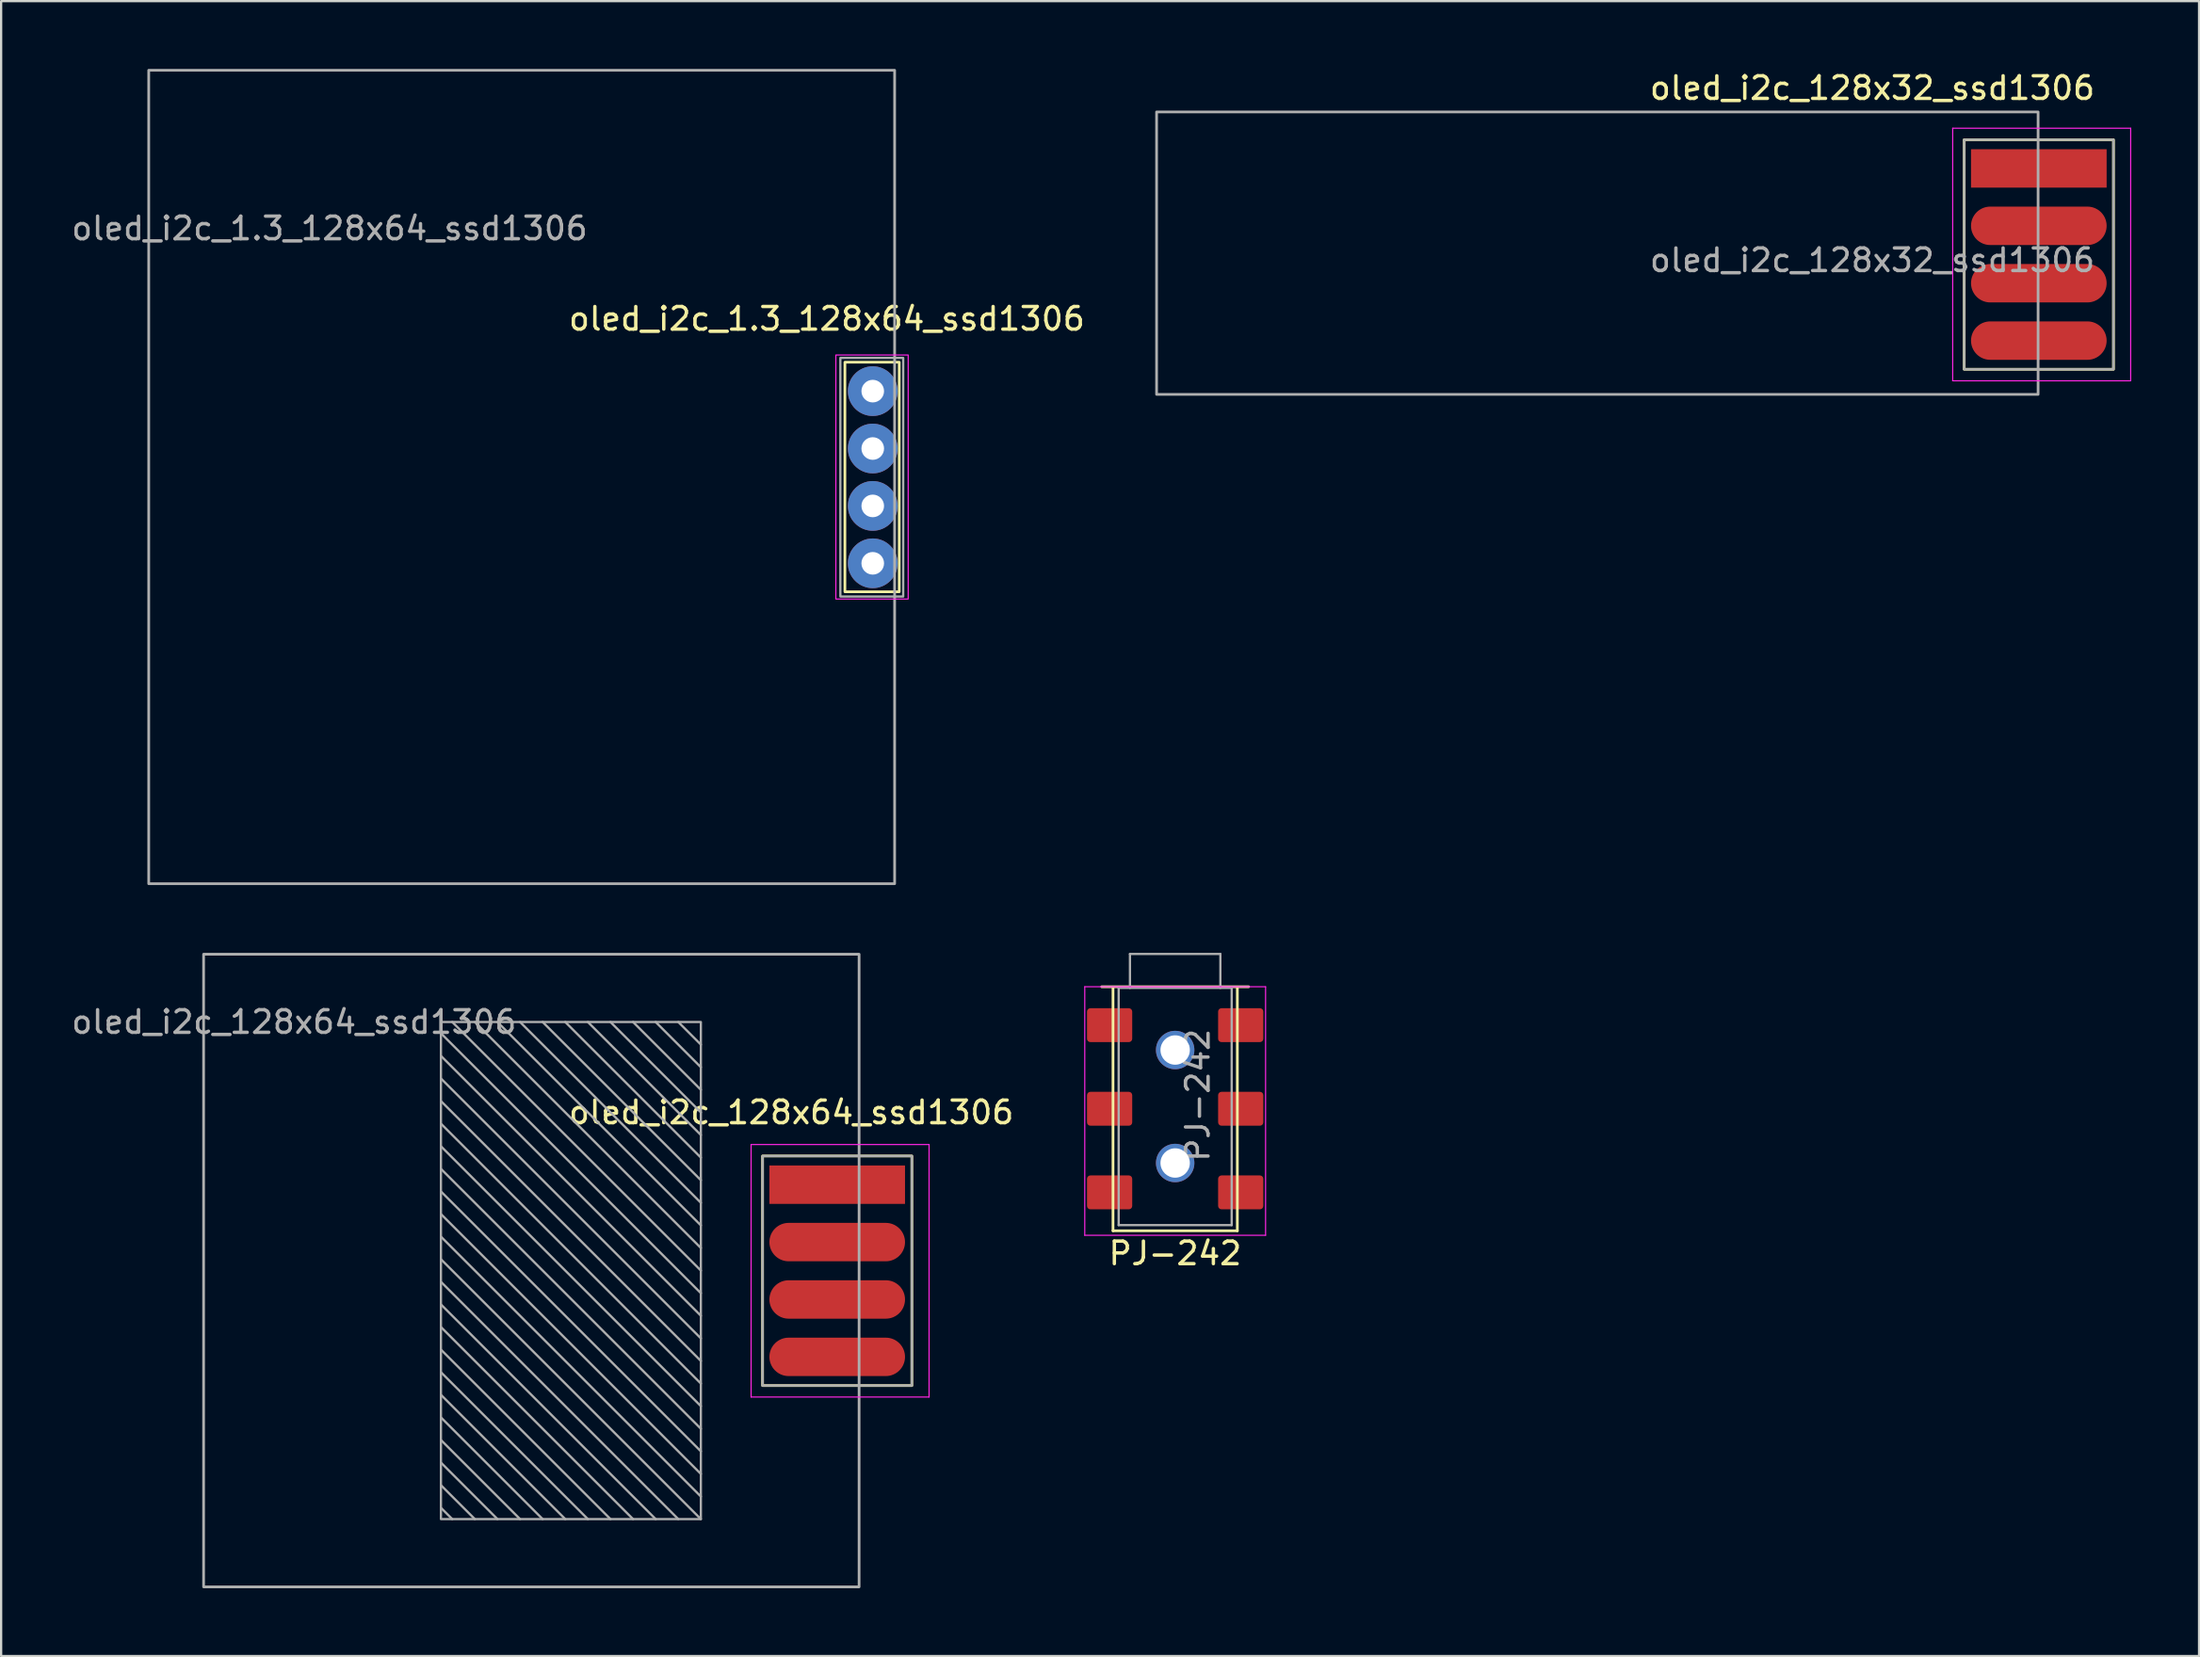
<source format=kicad_pcb>
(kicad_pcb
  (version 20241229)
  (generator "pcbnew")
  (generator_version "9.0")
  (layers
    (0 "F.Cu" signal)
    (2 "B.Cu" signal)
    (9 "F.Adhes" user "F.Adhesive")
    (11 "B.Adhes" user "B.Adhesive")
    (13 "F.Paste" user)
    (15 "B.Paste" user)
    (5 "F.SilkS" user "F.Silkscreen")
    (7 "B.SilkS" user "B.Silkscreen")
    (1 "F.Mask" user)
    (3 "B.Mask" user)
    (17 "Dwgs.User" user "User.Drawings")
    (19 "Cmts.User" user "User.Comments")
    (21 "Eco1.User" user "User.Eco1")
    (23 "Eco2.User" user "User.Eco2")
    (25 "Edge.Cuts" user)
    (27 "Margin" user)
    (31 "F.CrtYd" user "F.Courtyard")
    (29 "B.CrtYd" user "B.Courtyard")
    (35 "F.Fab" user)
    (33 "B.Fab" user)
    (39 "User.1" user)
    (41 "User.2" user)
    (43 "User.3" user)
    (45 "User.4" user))
  (footprint "oled_i2c_128x64_ssd1306"
    (layer "F.Cu")
    (at 33.958 53.18)
    (property "Reference" "oled_i2c_128x64_ssd1306" (at -2 -7 0) (layer "F.SilkS") (effects (font (size 1 1) (thickness 0.15))))
    (attr through_hole)
    (fp_rect (start -3.27 -5.07) (end 3.334 5.09) (stroke (width 0.12) (type solid)) (fill no) (layer "F.SilkS"))
    (fp_line (start -3.778 -5.578) (end 4.096 -5.578) (stroke (width 0.05) (type solid)) (layer "F.CrtYd"))
    (fp_line (start -3.778 5.598) (end -3.778 -5.578) (stroke (width 0.05) (type solid)) (layer "F.CrtYd"))
    (fp_line (start 4.096 -5.578) (end 4.096 5.598) (stroke (width 0.05) (type solid)) (layer "F.CrtYd"))
    (fp_line (start 4.096 5.598) (end -3.778 5.598) (stroke (width 0.05) (type solid)) (layer "F.CrtYd"))
    (fp_line (start -17.5 -10.5) (end -6 1) (stroke (width 0.1) (type solid)) (layer "F.Fab"))
    (fp_line (start -17.5 -9.5) (end -6 2) (stroke (width 0.1) (type solid)) (layer "F.Fab"))
    (fp_line (start -17.5 -8.5) (end -6 3) (stroke (width 0.1) (type solid)) (layer "F.Fab"))
    (fp_line (start -17.5 -7.5) (end -6 4) (stroke (width 0.1) (type solid)) (layer "F.Fab"))
    (fp_line (start -17.5 -6.5) (end -6 5) (stroke (width 0.1) (type solid)) (layer "F.Fab"))
    (fp_line (start -17.5 -5.5) (end -6 6) (stroke (width 0.1) (type solid)) (layer "F.Fab"))
    (fp_line (start -17.5 -4.5) (end -6 7) (stroke (width 0.1) (type solid)) (layer "F.Fab"))
    (fp_line (start -17.5 -3.5) (end -6 8) (stroke (width 0.1) (type solid)) (layer "F.Fab"))
    (fp_line (start -17.5 -2.5) (end -6 9) (stroke (width 0.1) (type solid)) (layer "F.Fab"))
    (fp_line (start -17.5 -1.5) (end -6 10) (stroke (width 0.1) (type solid)) (layer "F.Fab"))
    (fp_line (start -17.5 -0.5) (end -6 11) (stroke (width 0.1) (type solid)) (layer "F.Fab"))
    (fp_line (start -17.5 0.5) (end -7 11) (stroke (width 0.1) (type solid)) (layer "F.Fab"))
    (fp_line (start -17.5 1.5) (end -8 11) (stroke (width 0.1) (type solid)) (layer "F.Fab"))
    (fp_line (start -17.5 2.5) (end -9 11) (stroke (width 0.1) (type solid)) (layer "F.Fab"))
    (fp_line (start -17.5 3.5) (end -10 11) (stroke (width 0.1) (type solid)) (layer "F.Fab"))
    (fp_line (start -17.5 4.5) (end -11 11) (stroke (width 0.1) (type solid)) (layer "F.Fab"))
    (fp_line (start -17.5 5.5) (end -12 11) (stroke (width 0.1) (type solid)) (layer "F.Fab"))
    (fp_line (start -17.5 6.5) (end -13 11) (stroke (width 0.1) (type solid)) (layer "F.Fab"))
    (fp_line (start -17.5 7.5) (end -14 11) (stroke (width 0.1) (type solid)) (layer "F.Fab"))
    (fp_line (start -17.5 8.5) (end -15 11) (stroke (width 0.1) (type solid)) (layer "F.Fab"))
    (fp_line (start -17.5 9.5) (end -16 11) (stroke (width 0.1) (type solid)) (layer "F.Fab"))
    (fp_line (start -17.5 10.5) (end -17 11) (stroke (width 0.1) (type solid)) (layer "F.Fab"))
    (fp_line (start -17 -11) (end -6 0) (stroke (width 0.1) (type solid)) (layer "F.Fab"))
    (fp_line (start -16 -11) (end -6 -1) (stroke (width 0.1) (type solid)) (layer "F.Fab"))
    (fp_line (start -15 -11) (end -6 -2) (stroke (width 0.1) (type solid)) (layer "F.Fab"))
    (fp_line (start -14 -11) (end -6 -3) (stroke (width 0.1) (type solid)) (layer "F.Fab"))
    (fp_line (start -13 -11) (end -6 -4) (stroke (width 0.1) (type solid)) (layer "F.Fab"))
    (fp_line (start -12 -11) (end -6 -5) (stroke (width 0.1) (type solid)) (layer "F.Fab"))
    (fp_line (start -11 -11) (end -6 -6) (stroke (width 0.1) (type solid)) (layer "F.Fab"))
    (fp_line (start -10 -11) (end -6 -7) (stroke (width 0.1) (type solid)) (layer "F.Fab"))
    (fp_line (start -9 -11) (end -6 -8) (stroke (width 0.1) (type solid)) (layer "F.Fab"))
    (fp_line (start -8 -11) (end -6 -9) (stroke (width 0.1) (type solid)) (layer "F.Fab"))
    (fp_line (start -7 -11) (end -6 -10) (stroke (width 0.1) (type solid)) (layer "F.Fab"))
    (fp_rect (start -17.5 11) (end -6 -11) (stroke (width 0.1) (type solid)) (fill no) (layer "F.Fab"))
    (fp_rect (start -3.27 -5.07) (end 3.334 5.09) (stroke (width 0.1) (type solid)) (fill no) (layer "F.Fab"))
    (fp_rect (start 1 -14) (end -28 14) (stroke (width 0.12) (type solid)) (fill no) (layer "F.Fab"))
    (fp_text user "${REFERENCE}" (at -24 -11 0) (layer "F.Fab") (effects (font (size 1 1) (thickness 0.15))))
    (pad "1" smd rect (at 0.032 -3.8) (size 6 1.7) (layers "F.Cu" "F.Mask" "F.Paste"))
    (pad "2" smd oval (at 0.032 -1.26) (size 6 1.7) (layers "F.Cu" "F.Mask" "F.Paste"))
    (pad "3" smd oval (at 0.032 1.28) (size 6 1.7) (layers "F.Cu" "F.Mask" "F.Paste"))
    (pad "4" smd oval (at 0.032 3.82) (size 6 1.7) (layers "F.Cu" "F.Mask" "F.Paste")))
  (footprint "oled_i2c_128x32_ssd1306"
    (layer "F.Cu")
    (at 85.12 4.404)
    (property "Reference" "oled_i2c_128x32_ssd1306" (at -5.334 -3.556 0) (layer "F.SilkS") (effects (font (size 1 1) (thickness 0.15))))
    (attr through_hole)
    (fp_rect (start -1.27 -1.27) (end 5.334 8.89) (stroke (width 0.12) (type solid)) (fill no) (layer "F.SilkS"))
    (fp_line (start -1.778 -1.778) (end 6.096 -1.778) (stroke (width 0.05) (type solid)) (layer "F.CrtYd"))
    (fp_line (start -1.778 9.398) (end -1.778 -1.778) (stroke (width 0.05) (type solid)) (layer "F.CrtYd"))
    (fp_line (start 6.096 -1.778) (end 6.096 9.398) (stroke (width 0.05) (type solid)) (layer "F.CrtYd"))
    (fp_line (start 6.096 9.398) (end -1.778 9.398) (stroke (width 0.05) (type solid)) (layer "F.CrtYd"))
    (fp_rect (start -1.27 -1.27) (end 5.334 8.89) (stroke (width 0.1) (type solid)) (fill no) (layer "F.Fab"))
    (fp_rect (start 2 -2.5) (end -37 10) (stroke (width 0.12) (type solid)) (fill no) (layer "F.Fab"))
    (fp_text user "${REFERENCE}" (at -5.334 4.064 0) (layer "F.Fab") (effects (font (size 1 1) (thickness 0.15))))
    (pad "1" smd rect (at 2.032 0) (size 6 1.7) (layers "F.Cu" "F.Mask" "F.Paste"))
    (pad "2" smd oval (at 2.032 2.54) (size 6 1.7) (layers "F.Cu" "F.Mask" "F.Paste"))
    (pad "3" smd oval (at 2.032 5.08) (size 6 1.7) (layers "F.Cu" "F.Mask" "F.Paste"))
    (pad "4" smd oval (at 2.032 7.62) (size 6 1.7) (layers "F.Cu" "F.Mask" "F.Paste")))
  (footprint "PJ-242"
    (layer "F.Cu")
    (at 48.942 40.62)
    (property "Reference" "PJ-242" (at 0 11.8 0) (unlocked yes) (layer "F.SilkS") (effects (font (size 1 1) (thickness 0.15))))
    (attr smd)
    (fp_line (start -3.25 0) (end 3.25 0) (stroke (width 0.12) (type solid)) (layer "F.SilkS"))
    (fp_line (start -2.75 0.05) (end -2.75 10.8) (stroke (width 0.12) (type solid)) (layer "F.SilkS"))
    (fp_line (start -2.75 10.8) (end 2.75 10.8) (stroke (width 0.12) (type solid)) (layer "F.SilkS"))
    (fp_line (start 2.75 10.8) (end 2.75 0.05) (stroke (width 0.12) (type solid)) (layer "F.SilkS"))
    (fp_line (start -4 0) (end 4 0) (stroke (width 0.05) (type solid)) (layer "F.CrtYd"))
    (fp_line (start -4 11) (end -4 0) (stroke (width 0.05) (type solid)) (layer "F.CrtYd"))
    (fp_line (start 4 0) (end 4 11) (stroke (width 0.05) (type solid)) (layer "F.CrtYd"))
    (fp_line (start 4 11) (end -4 11) (stroke (width 0.05) (type solid)) (layer "F.CrtYd"))
    (fp_line (start -2.5 0.05) (end -2.5 10.55) (stroke (width 0.1) (type solid)) (layer "F.Fab"))
    (fp_line (start -2.5 10.55) (end 2.5 10.55) (stroke (width 0.1) (type solid)) (layer "F.Fab"))
    (fp_line (start -2 -1.45) (end 2 -1.45) (stroke (width 0.1) (type solid)) (layer "F.Fab"))
    (fp_line (start -2 0.05) (end -2 -1.45) (stroke (width 0.1) (type solid)) (layer "F.Fab"))
    (fp_line (start 2 -1.45) (end 2 0.05) (stroke (width 0.1) (type solid)) (layer "F.Fab"))
    (fp_line (start 2.5 0.05) (end -2.5 0.05) (stroke (width 0.1) (type solid)) (layer "F.Fab"))
    (fp_line (start 2.5 10.55) (end 2.5 0.05) (stroke (width 0.1) (type solid)) (layer "F.Fab"))
    (fp_text user "${REFERENCE}" (at 1 4.8 90) (unlocked yes) (layer "F.Fab") (effects (font (size 1 1) (thickness 0.15))))
    (pad "" thru_hole circle (at 0 2.8) (size 1.7 1.7) (drill 1.3) (layers "*.Cu" "*.Mask"))
    (pad "" thru_hole circle (at 0 7.8) (size 1.7 1.7) (drill 1.3) (layers "*.Cu" "*.Mask"))
    (pad "R1" smd roundrect (at 2.9 5.4) (size 2 1.5) (layers "F.Cu" "F.Mask" "F.Paste") (roundrect_rratio 0.1))
    (pad "R1N" smd roundrect (at 2.9 9.1) (size 2 1.5) (layers "F.Cu" "F.Mask" "F.Paste") (roundrect_rratio 0.1))
    (pad "R2" smd roundrect (at -2.9 1.7) (size 2 1.5) (layers "F.Cu" "F.Mask" "F.Paste") (roundrect_rratio 0.1))
    (pad "S" smd roundrect (at 2.9 1.7) (size 2 1.5) (layers "F.Cu" "F.Mask" "F.Paste") (roundrect_rratio 0.1))
    (pad "T" smd roundrect (at -2.9 5.4) (size 2 1.5) (layers "F.Cu" "F.Mask" "F.Paste") (roundrect_rratio 0.1))
    (pad "TN" smd roundrect (at -2.9 9.1) (size 2 1.5) (layers "F.Cu" "F.Mask" "F.Paste") (roundrect_rratio 0.1)))
  (footprint "oled_i2c_1.3_128x64_ssd1306"
    (layer "F.Cu")
    (at 35.53 18.06)
    (property "Reference" "oled_i2c_1.3_128x64_ssd1306" (at -2 -7 0) (layer "F.SilkS") (effects (font (size 1 1) (thickness 0.15))))
    (attr through_hole)
    (fp_rect (start -1.2 -5.08) (end 1.204 5.08) (stroke (width 0.12) (type solid)) (fill no) (layer "F.SilkS"))
    (fp_rect (start -1.6 -5.4) (end 1.6 5.4) (stroke (width 0.05) (type solid)) (fill no) (layer "F.CrtYd"))
    (fp_rect (start -1.4 -5.27) (end 1.38 5.29) (stroke (width 0.1) (type solid)) (fill no) (layer "F.Fab"))
    (fp_rect (start 1 -18) (end -32 18) (stroke (width 0.12) (type solid)) (fill no) (layer "F.Fab"))
    (fp_text user "${REFERENCE}" (at -24 -11 0) (layer "F.Fab") (effects (font (size 1 1) (thickness 0.15))))
    (pad "1" thru_hole circle (at 0.032 -3.8) (size 2.2 2.2) (drill 1) (layers "*.Cu" "*.Mask"))
    (pad "2" thru_hole circle (at 0.032 -1.26) (size 2.2 2.2) (drill 1) (layers "*.Cu" "*.Mask"))
    (pad "3" thru_hole circle (at 0.032 1.28) (size 2.2 2.2) (drill 1) (layers "*.Cu" "*.Mask"))
    (pad "4" thru_hole circle (at 0.032 3.82) (size 2.2 2.2) (drill 1) (layers "*.Cu" "*.Mask")))
  (gr_rect
    (start -3 -3)
    (end 94.241 70.24)
    (stroke (width 0.1) (type default))
    (fill no)
    (layer "Edge.Cuts")))
</source>
